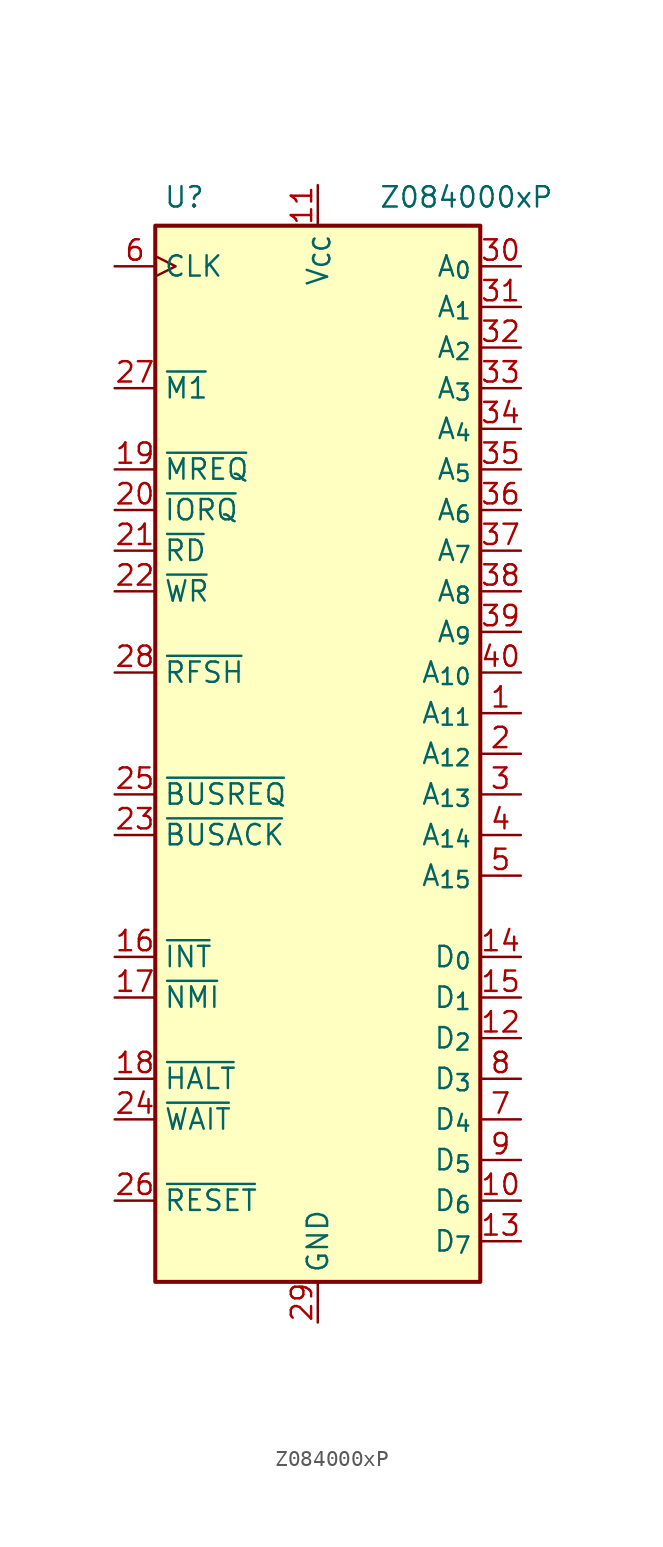
<source format=kicad_sym>
(kicad_symbol_lib
  (version 20241209)
  (generator "kicad_symbol_editor")
  (generator_version "9.0")
  (symbol "Z084000xP"
    (property "Reference" "U"
      (at -9.652 34.798 0)
      (effects (font (size 1.27 1.27)) (justify left)))
    (property "Value" "Z084000xP"
      (at 3.81 34.798 0)
      (effects (font (size 1.27 1.27)) (justify left)))
    (symbol "Z084000xP_0_1"
      (rectangle (start -10.16 33.02) (end 10.16 -33.02) (stroke (width 0.254) (type default)) (fill (type background))))
    (symbol "Z084000xP_1_1"
      (pin input clock (at -12.7 30.48 0) (length 2.54) (name "CLK" (effects (font (size 1.27 1.27)))) (number "6" (effects (font (size 1.27 1.27)))))
      (pin output line (at -12.7 22.86 0) (length 2.54) (name "~{M1}" (effects (font (size 1.27 1.27)))) (number "27" (effects (font (size 1.27 1.27)))))
      (pin tri_state line (at -12.7 17.78 0) (length 2.54) (name "~{MREQ}" (effects (font (size 1.27 1.27)))) (number "19" (effects (font (size 1.27 1.27)))))
      (pin tri_state line (at -12.7 15.24 0) (length 2.54) (name "~{IORQ}" (effects (font (size 1.27 1.27)))) (number "20" (effects (font (size 1.27 1.27)))))
      (pin tri_state line (at -12.7 12.7 0) (length 2.54) (name "~{RD}" (effects (font (size 1.27 1.27)))) (number "21" (effects (font (size 1.27 1.27)))))
      (pin tri_state line (at -12.7 10.16 0) (length 2.54) (name "~{WR}" (effects (font (size 1.27 1.27)))) (number "22" (effects (font (size 1.27 1.27)))))
      (pin output line (at -12.7 5.08 0) (length 2.54) (name "~{RFSH}" (effects (font (size 1.27 1.27)))) (number "28" (effects (font (size 1.27 1.27)))))
      (pin input line (at -12.7 -2.54 0) (length 2.54) (name "~{BUSREQ}" (effects (font (size 1.27 1.27)))) (number "25" (effects (font (size 1.27 1.27)))))
      (pin output line (at -12.7 -5.08 0) (length 2.54) (name "~{BUSACK}" (effects (font (size 1.27 1.27)))) (number "23" (effects (font (size 1.27 1.27)))))
      (pin input line (at -12.7 -12.7 0) (length 2.54) (name "~{INT}" (effects (font (size 1.27 1.27)))) (number "16" (effects (font (size 1.27 1.27)))))
      (pin input line (at -12.7 -15.24 0) (length 2.54) (name "~{NMI}" (effects (font (size 1.27 1.27)))) (number "17" (effects (font (size 1.27 1.27)))))
      (pin output line (at -12.7 -20.32 0) (length 2.54) (name "~{HALT}" (effects (font (size 1.27 1.27)))) (number "18" (effects (font (size 1.27 1.27)))))
      (pin input line (at -12.7 -22.86 0) (length 2.54) (name "~{WAIT}" (effects (font (size 1.27 1.27)))) (number "24" (effects (font (size 1.27 1.27)))))
      (pin input line (at -12.7 -27.94 0) (length 2.54) (name "~{RESET}" (effects (font (size 1.27 1.27)))) (number "26" (effects (font (size 1.27 1.27)))))
      (pin power_in line (at 0 35.56 270) (length 2.54) (name "V_{CC}" (effects (font (size 1.27 1.27)))) (number "11" (effects (font (size 1.27 1.27)))))
      (pin power_in line (at 0 -35.56 90) (length 2.54) (name "GND" (effects (font (size 1.27 1.27)))) (number "29" (effects (font (size 1.27 1.27)))))
      (pin tri_state line (at 12.7 30.48 180) (length 2.54) (name "A_{0}" (effects (font (size 1.27 1.27)))) (number "30" (effects (font (size 1.27 1.27)))))
      (pin tri_state line (at 12.7 27.94 180) (length 2.54) (name "A_{1}" (effects (font (size 1.27 1.27)))) (number "31" (effects (font (size 1.27 1.27)))))
      (pin tri_state line (at 12.7 25.4 180) (length 2.54) (name "A_{2}" (effects (font (size 1.27 1.27)))) (number "32" (effects (font (size 1.27 1.27)))))
      (pin tri_state line (at 12.7 22.86 180) (length 2.54) (name "A_{3}" (effects (font (size 1.27 1.27)))) (number "33" (effects (font (size 1.27 1.27)))))
      (pin tri_state line (at 12.7 20.32 180) (length 2.54) (name "A_{4}" (effects (font (size 1.27 1.27)))) (number "34" (effects (font (size 1.27 1.27)))))
      (pin tri_state line (at 12.7 17.78 180) (length 2.54) (name "A_{5}" (effects (font (size 1.27 1.27)))) (number "35" (effects (font (size 1.27 1.27)))))
      (pin tri_state line (at 12.7 15.24 180) (length 2.54) (name "A_{6}" (effects (font (size 1.27 1.27)))) (number "36" (effects (font (size 1.27 1.27)))))
      (pin tri_state line (at 12.7 12.7 180) (length 2.54) (name "A_{7}" (effects (font (size 1.27 1.27)))) (number "37" (effects (font (size 1.27 1.27)))))
      (pin tri_state line (at 12.7 10.16 180) (length 2.54) (name "A_{8}" (effects (font (size 1.27 1.27)))) (number "38" (effects (font (size 1.27 1.27)))))
      (pin tri_state line (at 12.7 7.62 180) (length 2.54) (name "A_{9}" (effects (font (size 1.27 1.27)))) (number "39" (effects (font (size 1.27 1.27)))))
      (pin tri_state line (at 12.7 5.08 180) (length 2.54) (name "A_{10}" (effects (font (size 1.27 1.27)))) (number "40" (effects (font (size 1.27 1.27)))))
      (pin tri_state line (at 12.7 2.54 180) (length 2.54) (name "A_{11}" (effects (font (size 1.27 1.27)))) (number "1" (effects (font (size 1.27 1.27)))))
      (pin tri_state line (at 12.7 0 180) (length 2.54) (name "A_{12}" (effects (font (size 1.27 1.27)))) (number "2" (effects (font (size 1.27 1.27)))))
      (pin tri_state line (at 12.7 -2.54 180) (length 2.54) (name "A_{13}" (effects (font (size 1.27 1.27)))) (number "3" (effects (font (size 1.27 1.27)))))
      (pin tri_state line (at 12.7 -5.08 180) (length 2.54) (name "A_{14}" (effects (font (size 1.27 1.27)))) (number "4" (effects (font (size 1.27 1.27)))))
      (pin tri_state line (at 12.7 -7.62 180) (length 2.54) (name "A_{15}" (effects (font (size 1.27 1.27)))) (number "5" (effects (font (size 1.27 1.27)))))
      (pin bidirectional line (at 12.7 -12.7 180) (length 2.54) (name "D_{0}" (effects (font (size 1.27 1.27)))) (number "14" (effects (font (size 1.27 1.27)))))
      (pin bidirectional line (at 12.7 -15.24 180) (length 2.54) (name "D_{1}" (effects (font (size 1.27 1.27)))) (number "15" (effects (font (size 1.27 1.27)))))
      (pin bidirectional line (at 12.7 -17.78 180) (length 2.54) (name "D_{2}" (effects (font (size 1.27 1.27)))) (number "12" (effects (font (size 1.27 1.27)))))
      (pin bidirectional line (at 12.7 -20.32 180) (length 2.54) (name "D_{3}" (effects (font (size 1.27 1.27)))) (number "8" (effects (font (size 1.27 1.27)))))
      (pin bidirectional line (at 12.7 -22.86 180) (length 2.54) (name "D_{4}" (effects (font (size 1.27 1.27)))) (number "7" (effects (font (size 1.27 1.27)))))
      (pin bidirectional line (at 12.7 -25.4 180) (length 2.54) (name "D_{5}" (effects (font (size 1.27 1.27)))) (number "9" (effects (font (size 1.27 1.27)))))
      (pin bidirectional line (at 12.7 -27.94 180) (length 2.54) (name "D_{6}" (effects (font (size 1.27 1.27)))) (number "10" (effects (font (size 1.27 1.27)))))
      (pin bidirectional line (at 12.7 -30.48 180) (length 2.54) (name "D_{7}" (effects (font (size 1.27 1.27)))) (number "13" (effects (font (size 1.27 1.27))))))))
</source>
